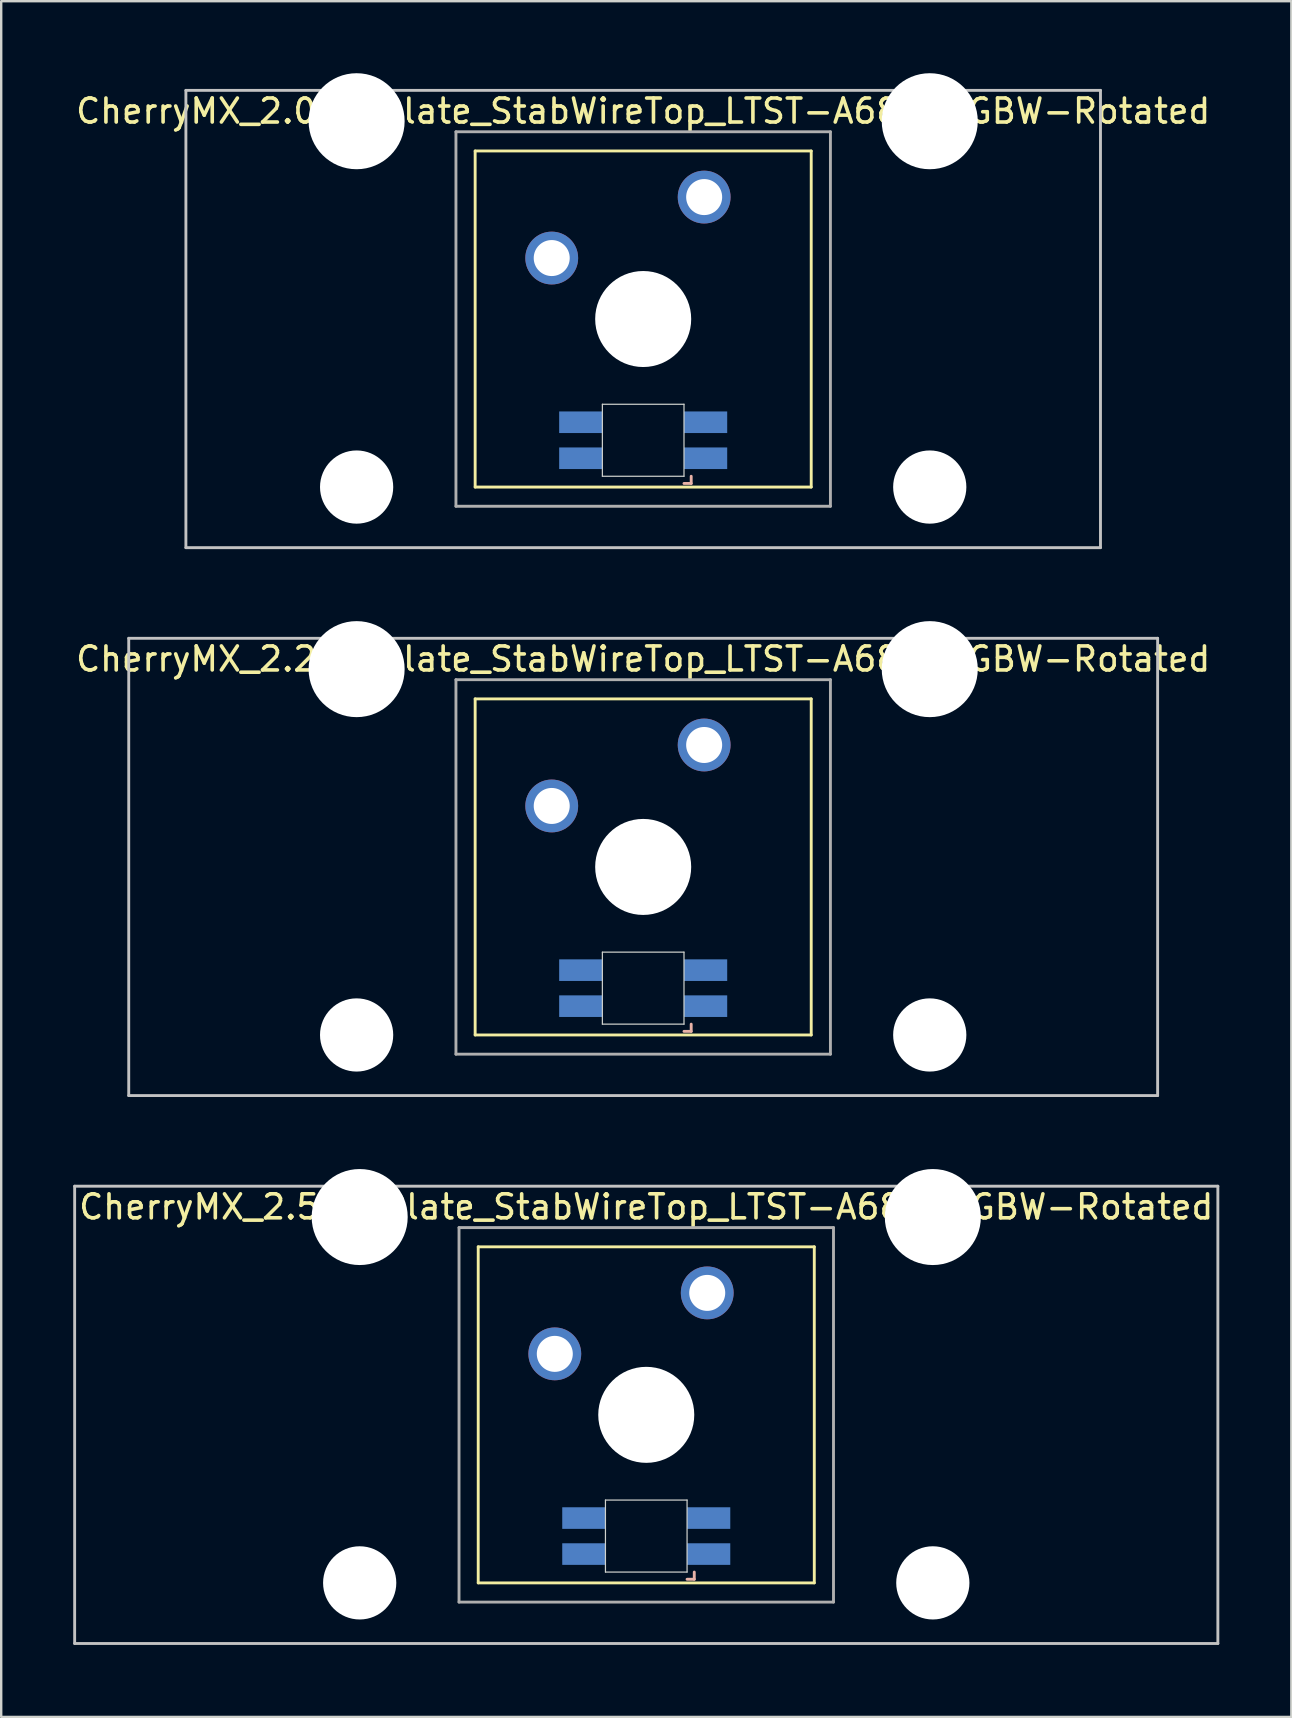
<source format=kicad_pcb>
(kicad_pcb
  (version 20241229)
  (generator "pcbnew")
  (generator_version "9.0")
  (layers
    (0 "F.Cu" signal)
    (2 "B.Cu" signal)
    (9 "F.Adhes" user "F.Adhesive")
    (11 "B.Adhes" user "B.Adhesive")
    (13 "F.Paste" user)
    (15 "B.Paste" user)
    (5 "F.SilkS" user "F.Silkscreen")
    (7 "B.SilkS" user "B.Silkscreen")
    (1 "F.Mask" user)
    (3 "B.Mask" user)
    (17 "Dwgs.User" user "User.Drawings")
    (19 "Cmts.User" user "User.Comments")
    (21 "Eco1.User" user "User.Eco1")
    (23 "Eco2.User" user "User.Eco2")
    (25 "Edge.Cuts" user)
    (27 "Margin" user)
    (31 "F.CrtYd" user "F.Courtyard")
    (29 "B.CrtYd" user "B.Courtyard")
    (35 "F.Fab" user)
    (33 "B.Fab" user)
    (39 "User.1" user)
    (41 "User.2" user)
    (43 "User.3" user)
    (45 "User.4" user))
  (footprint "CherryMX_2.25u_Plate_StabWireTop_LTST-A683CEGBW-Rotated"
    (layer "F.Cu")
    (at 23.744 33.065)
    (property "Reference" "CherryMX_2.25u_Plate_StabWireTop_LTST-A683CEGBW-Rotated" (at 0 -8.662 0) (layer "F.SilkS") (effects (font (size 1 1) (thickness 0.15))))
    (attr through_hole)
    (fp_line (start -7 -7) (end -7 7) (stroke (width 0.12) (type solid)) (layer "F.SilkS"))
    (fp_line (start -7 -7) (end 7 -7) (stroke (width 0.12) (type solid)) (layer "F.SilkS"))
    (fp_line (start 7 -7) (end 7 7) (stroke (width 0.12) (type solid)) (layer "F.SilkS"))
    (fp_line (start 7 7) (end -7 7) (stroke (width 0.12) (type solid)) (layer "F.SilkS"))
    (fp_line (start 1.7 6.85) (end 2 6.85) (stroke (width 0.12) (type solid)) (layer "B.SilkS"))
    (fp_line (start 2 6.85) (end 2 6.55) (stroke (width 0.12) (type solid)) (layer "B.SilkS"))
    (fp_line (start -21.431 -9.525) (end 21.431 -9.525) (stroke (width 0.12) (type solid)) (layer "Dwgs.User"))
    (fp_line (start -21.431 9.525) (end -21.431 -9.525) (stroke (width 0.12) (type solid)) (layer "Dwgs.User"))
    (fp_line (start 21.431 -9.525) (end 21.431 9.525) (stroke (width 0.12) (type solid)) (layer "Dwgs.User"))
    (fp_line (start 21.431 9.525) (end -21.431 9.525) (stroke (width 0.12) (type solid)) (layer "Dwgs.User"))
    (fp_line (start -1.7 3.55) (end 1.7 3.55) (stroke (width 0.05) (type solid)) (layer "Edge.Cuts"))
    (fp_line (start -1.7 6.55) (end -1.7 3.55) (stroke (width 0.05) (type solid)) (layer "Edge.Cuts"))
    (fp_line (start 1.7 3.55) (end 1.7 6.55) (stroke (width 0.05) (type solid)) (layer "Edge.Cuts"))
    (fp_line (start 1.7 6.55) (end -1.7 6.55) (stroke (width 0.05) (type solid)) (layer "Edge.Cuts"))
    (fp_line (start -7.8 -7.8) (end -7.8 7.8) (stroke (width 0.12) (type solid)) (layer "F.Fab"))
    (fp_line (start -7.8 -7.8) (end 7.8 -7.8) (stroke (width 0.12) (type solid)) (layer "F.Fab"))
    (fp_line (start -7.8 7.8) (end 7.8 7.8) (stroke (width 0.12) (type solid)) (layer "F.Fab"))
    (fp_line (start 7.8 -7.8) (end 7.8 7.8) (stroke (width 0.12) (type solid)) (layer "F.Fab"))
    (pad "" np_thru_hole circle (at -11.938 -8.24) (size 4 4) (drill 4) (layers "*.Cu" "*.Mask"))
    (pad "" np_thru_hole circle (at -11.938 7) (size 3.05 3.05) (drill 3.05) (layers "*.Cu" "*.Mask"))
    (pad "" np_thru_hole circle (at 0 0) (size 4 4) (drill 4) (layers "*.Cu" "*.Mask"))
    (pad "" np_thru_hole circle (at 11.938 -8.24) (size 4 4) (drill 4) (layers "*.Cu" "*.Mask"))
    (pad "" np_thru_hole circle (at 11.938 7) (size 3.05 3.05) (drill 3.05) (layers "*.Cu" "*.Mask"))
    (pad "1" thru_hole circle (at -3.81 -2.54) (size 2.2 2.2) (drill 1.5) (layers "*.Cu" "*.Mask"))
    (pad "2" thru_hole circle (at 2.54 -5.08) (size 2.2 2.2) (drill 1.5) (layers "*.Cu" "*.Mask"))
    (pad "3" smd rect (at 2.6 5.8) (size 1.8 0.9) (layers "B.Cu" "B.Mask" "B.Paste"))
    (pad "4" smd rect (at 2.6 4.3) (size 1.8 0.9) (layers "B.Cu" "B.Mask" "B.Paste"))
    (pad "5" smd rect (at -2.6 5.8) (size 1.8 0.9) (layers "B.Cu" "B.Mask" "B.Paste"))
    (pad "6" smd rect (at -2.6 4.3) (size 1.8 0.9) (layers "B.Cu" "B.Mask" "B.Paste")))
  (footprint "CherryMX_2.00u_Plate_StabWireTop_LTST-A683CEGBW-Rotated"
    (layer "F.Cu")
    (at 23.744 10.24)
    (property "Reference" "CherryMX_2.00u_Plate_StabWireTop_LTST-A683CEGBW-Rotated" (at 0 -8.662 0) (layer "F.SilkS") (effects (font (size 1 1) (thickness 0.15))))
    (attr through_hole)
    (fp_line (start -7 -7) (end -7 7) (stroke (width 0.12) (type solid)) (layer "F.SilkS"))
    (fp_line (start -7 -7) (end 7 -7) (stroke (width 0.12) (type solid)) (layer "F.SilkS"))
    (fp_line (start 7 -7) (end 7 7) (stroke (width 0.12) (type solid)) (layer "F.SilkS"))
    (fp_line (start 7 7) (end -7 7) (stroke (width 0.12) (type solid)) (layer "F.SilkS"))
    (fp_line (start 1.7 6.85) (end 2 6.85) (stroke (width 0.12) (type solid)) (layer "B.SilkS"))
    (fp_line (start 2 6.85) (end 2 6.55) (stroke (width 0.12) (type solid)) (layer "B.SilkS"))
    (fp_line (start -19.05 -9.525) (end 19.05 -9.525) (stroke (width 0.12) (type solid)) (layer "Dwgs.User"))
    (fp_line (start -19.05 9.525) (end -19.05 -9.525) (stroke (width 0.12) (type solid)) (layer "Dwgs.User"))
    (fp_line (start 19.05 -9.525) (end 19.05 9.525) (stroke (width 0.12) (type solid)) (layer "Dwgs.User"))
    (fp_line (start 19.05 9.525) (end -19.05 9.525) (stroke (width 0.12) (type solid)) (layer "Dwgs.User"))
    (fp_line (start -1.7 3.55) (end 1.7 3.55) (stroke (width 0.05) (type solid)) (layer "Edge.Cuts"))
    (fp_line (start -1.7 6.55) (end -1.7 3.55) (stroke (width 0.05) (type solid)) (layer "Edge.Cuts"))
    (fp_line (start 1.7 3.55) (end 1.7 6.55) (stroke (width 0.05) (type solid)) (layer "Edge.Cuts"))
    (fp_line (start 1.7 6.55) (end -1.7 6.55) (stroke (width 0.05) (type solid)) (layer "Edge.Cuts"))
    (fp_line (start -7.8 -7.8) (end -7.8 7.8) (stroke (width 0.12) (type solid)) (layer "F.Fab"))
    (fp_line (start -7.8 -7.8) (end 7.8 -7.8) (stroke (width 0.12) (type solid)) (layer "F.Fab"))
    (fp_line (start -7.8 7.8) (end 7.8 7.8) (stroke (width 0.12) (type solid)) (layer "F.Fab"))
    (fp_line (start 7.8 -7.8) (end 7.8 7.8) (stroke (width 0.12) (type solid)) (layer "F.Fab"))
    (pad "" np_thru_hole circle (at -11.938 -8.24) (size 4 4) (drill 4) (layers "*.Cu" "*.Mask"))
    (pad "" np_thru_hole circle (at -11.938 7) (size 3.05 3.05) (drill 3.05) (layers "*.Cu" "*.Mask"))
    (pad "" np_thru_hole circle (at 0 0) (size 4 4) (drill 4) (layers "*.Cu" "*.Mask"))
    (pad "" np_thru_hole circle (at 11.938 -8.24) (size 4 4) (drill 4) (layers "*.Cu" "*.Mask"))
    (pad "" np_thru_hole circle (at 11.938 7) (size 3.05 3.05) (drill 3.05) (layers "*.Cu" "*.Mask"))
    (pad "1" thru_hole circle (at -3.81 -2.54) (size 2.2 2.2) (drill 1.5) (layers "*.Cu" "*.Mask"))
    (pad "2" thru_hole circle (at 2.54 -5.08) (size 2.2 2.2) (drill 1.5) (layers "*.Cu" "*.Mask"))
    (pad "3" smd rect (at 2.6 5.8) (size 1.8 0.9) (layers "B.Cu" "B.Mask" "B.Paste"))
    (pad "4" smd rect (at 2.6 4.3) (size 1.8 0.9) (layers "B.Cu" "B.Mask" "B.Paste"))
    (pad "5" smd rect (at -2.6 5.8) (size 1.8 0.9) (layers "B.Cu" "B.Mask" "B.Paste"))
    (pad "6" smd rect (at -2.6 4.3) (size 1.8 0.9) (layers "B.Cu" "B.Mask" "B.Paste")))
  (footprint "CherryMX_2.50u_Plate_StabWireTop_LTST-A683CEGBW-Rotated"
    (layer "F.Cu")
    (at 23.872 55.89)
    (property "Reference" "CherryMX_2.50u_Plate_StabWireTop_LTST-A683CEGBW-Rotated" (at 0 -8.662 0) (layer "F.SilkS") (effects (font (size 1 1) (thickness 0.15))))
    (attr through_hole)
    (fp_line (start -7 -7) (end -7 7) (stroke (width 0.12) (type solid)) (layer "F.SilkS"))
    (fp_line (start -7 -7) (end 7 -7) (stroke (width 0.12) (type solid)) (layer "F.SilkS"))
    (fp_line (start 7 -7) (end 7 7) (stroke (width 0.12) (type solid)) (layer "F.SilkS"))
    (fp_line (start 7 7) (end -7 7) (stroke (width 0.12) (type solid)) (layer "F.SilkS"))
    (fp_line (start 1.7 6.85) (end 2 6.85) (stroke (width 0.12) (type solid)) (layer "B.SilkS"))
    (fp_line (start 2 6.85) (end 2 6.55) (stroke (width 0.12) (type solid)) (layer "B.SilkS"))
    (fp_line (start -23.812 -9.525) (end 23.812 -9.525) (stroke (width 0.12) (type solid)) (layer "Dwgs.User"))
    (fp_line (start -23.812 9.525) (end -23.812 -9.525) (stroke (width 0.12) (type solid)) (layer "Dwgs.User"))
    (fp_line (start 23.812 -9.525) (end 23.812 9.525) (stroke (width 0.12) (type solid)) (layer "Dwgs.User"))
    (fp_line (start 23.812 9.525) (end -23.812 9.525) (stroke (width 0.12) (type solid)) (layer "Dwgs.User"))
    (fp_line (start -1.7 3.55) (end 1.7 3.55) (stroke (width 0.05) (type solid)) (layer "Edge.Cuts"))
    (fp_line (start -1.7 6.55) (end -1.7 3.55) (stroke (width 0.05) (type solid)) (layer "Edge.Cuts"))
    (fp_line (start 1.7 3.55) (end 1.7 6.55) (stroke (width 0.05) (type solid)) (layer "Edge.Cuts"))
    (fp_line (start 1.7 6.55) (end -1.7 6.55) (stroke (width 0.05) (type solid)) (layer "Edge.Cuts"))
    (fp_line (start -7.8 -7.8) (end -7.8 7.8) (stroke (width 0.12) (type solid)) (layer "F.Fab"))
    (fp_line (start -7.8 -7.8) (end 7.8 -7.8) (stroke (width 0.12) (type solid)) (layer "F.Fab"))
    (fp_line (start -7.8 7.8) (end 7.8 7.8) (stroke (width 0.12) (type solid)) (layer "F.Fab"))
    (fp_line (start 7.8 -7.8) (end 7.8 7.8) (stroke (width 0.12) (type solid)) (layer "F.Fab"))
    (pad "" np_thru_hole circle (at -11.938 -8.24) (size 4 4) (drill 4) (layers "*.Cu" "*.Mask"))
    (pad "" np_thru_hole circle (at -11.938 7) (size 3.05 3.05) (drill 3.05) (layers "*.Cu" "*.Mask"))
    (pad "" np_thru_hole circle (at 0 0) (size 4 4) (drill 4) (layers "*.Cu" "*.Mask"))
    (pad "" np_thru_hole circle (at 11.938 -8.24) (size 4 4) (drill 4) (layers "*.Cu" "*.Mask"))
    (pad "" np_thru_hole circle (at 11.938 7) (size 3.05 3.05) (drill 3.05) (layers "*.Cu" "*.Mask"))
    (pad "1" thru_hole circle (at -3.81 -2.54) (size 2.2 2.2) (drill 1.5) (layers "*.Cu" "*.Mask"))
    (pad "2" thru_hole circle (at 2.54 -5.08) (size 2.2 2.2) (drill 1.5) (layers "*.Cu" "*.Mask"))
    (pad "3" smd rect (at 2.6 5.8) (size 1.8 0.9) (layers "B.Cu" "B.Mask" "B.Paste"))
    (pad "4" smd rect (at 2.6 4.3) (size 1.8 0.9) (layers "B.Cu" "B.Mask" "B.Paste"))
    (pad "5" smd rect (at -2.6 5.8) (size 1.8 0.9) (layers "B.Cu" "B.Mask" "B.Paste"))
    (pad "6" smd rect (at -2.6 4.3) (size 1.8 0.9) (layers "B.Cu" "B.Mask" "B.Paste")))
  (gr_rect
    (start -3 -3)
    (end 50.745 68.475)
    (stroke (width 0.1) (type default))
    (fill no)
    (layer "Edge.Cuts")))
</source>
